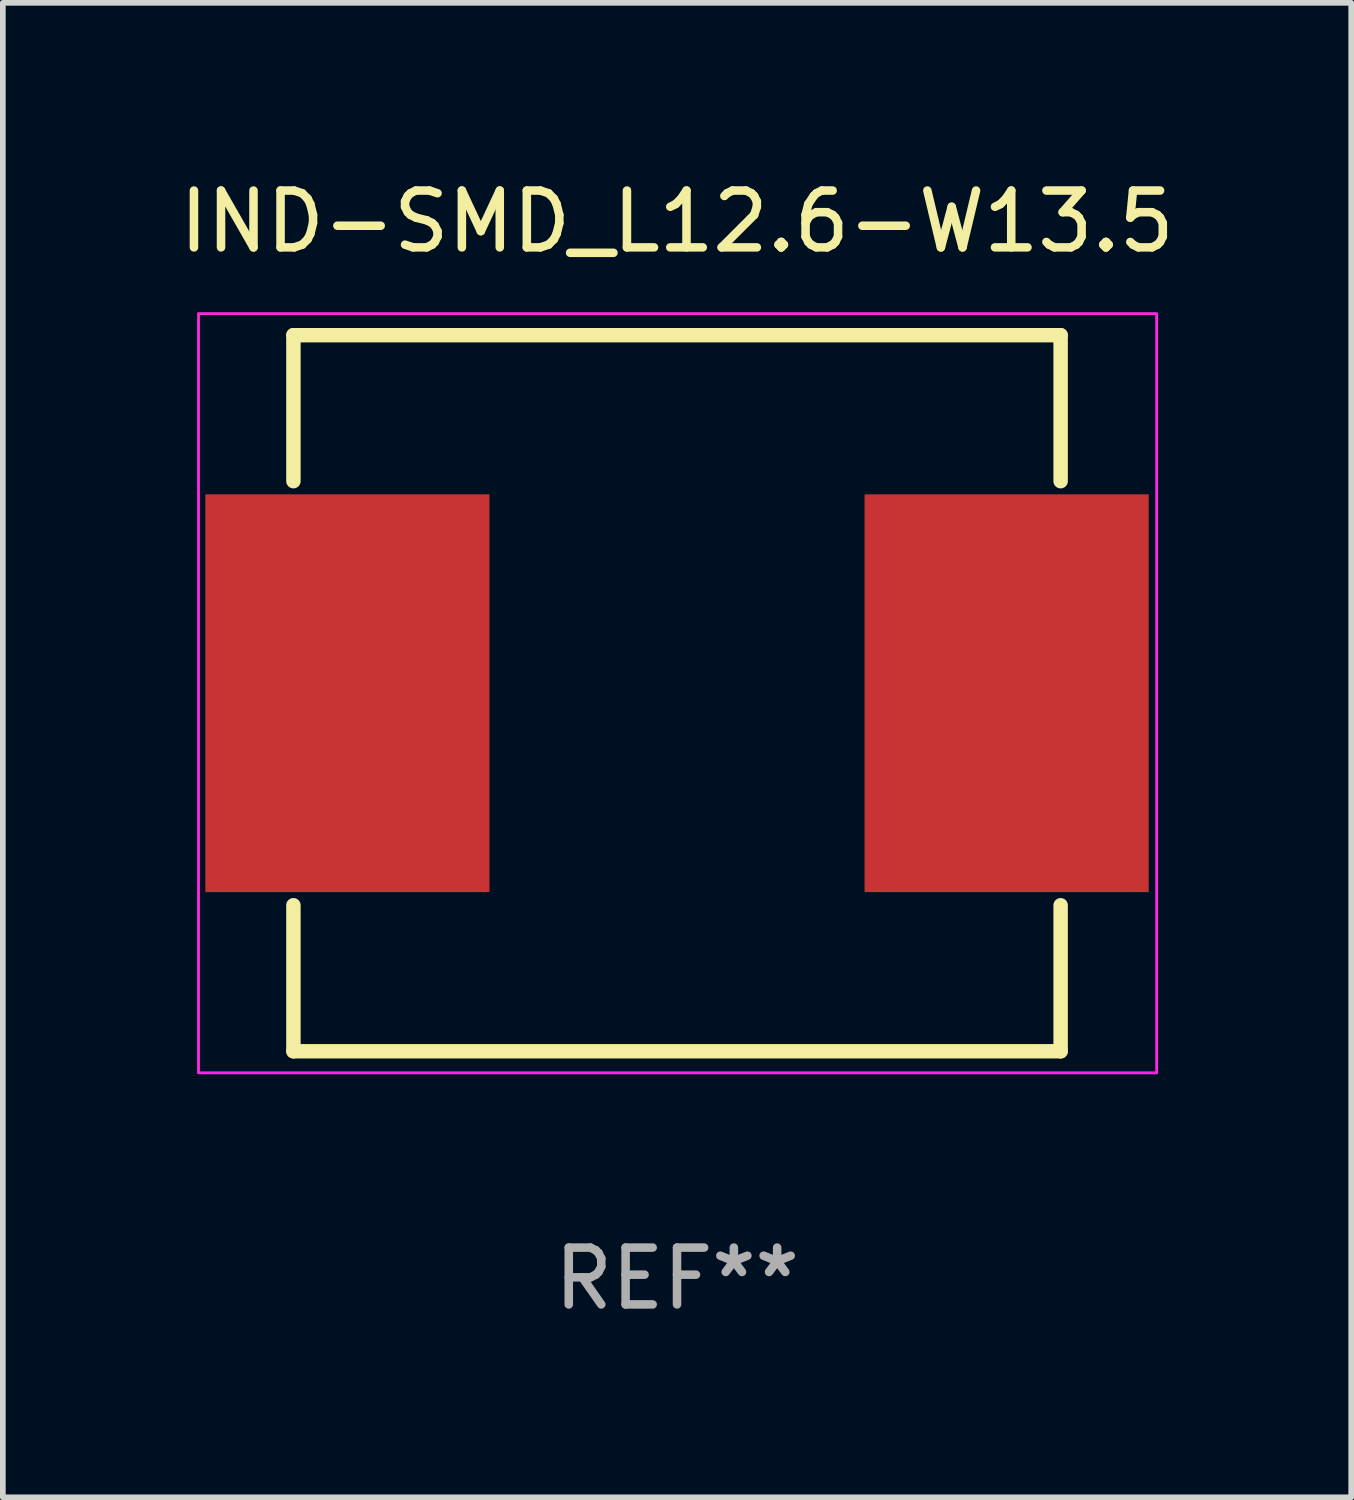
<source format=kicad_pcb>
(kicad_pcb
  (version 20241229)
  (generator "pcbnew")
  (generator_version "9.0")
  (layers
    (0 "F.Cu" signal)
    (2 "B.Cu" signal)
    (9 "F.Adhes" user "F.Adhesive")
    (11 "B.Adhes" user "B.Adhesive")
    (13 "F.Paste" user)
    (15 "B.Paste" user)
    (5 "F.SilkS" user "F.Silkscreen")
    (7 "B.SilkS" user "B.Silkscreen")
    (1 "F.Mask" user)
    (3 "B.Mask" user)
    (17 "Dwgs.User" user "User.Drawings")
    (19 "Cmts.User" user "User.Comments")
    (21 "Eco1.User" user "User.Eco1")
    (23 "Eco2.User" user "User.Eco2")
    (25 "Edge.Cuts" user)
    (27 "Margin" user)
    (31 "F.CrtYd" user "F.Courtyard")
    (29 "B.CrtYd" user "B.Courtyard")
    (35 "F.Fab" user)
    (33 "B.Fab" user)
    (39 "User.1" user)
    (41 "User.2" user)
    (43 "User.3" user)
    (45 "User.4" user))
  (footprint "IND-SMD_L12.6-W13.5"
    (layer "F.Cu")
    (at 8.863 9.148)
    (property "Reference" "IND-SMD_L12.6-W13.5" (at 0 -8.3 0) (layer "F.SilkS") (effects (font (size 1 1) (thickness 0.15))))
    (attr smd)
    (fp_line (start -6.75 -6.3) (end -6.75 -3.731) (stroke (width 0.254) (type solid)) (layer "F.SilkS"))
    (fp_line (start -6.75 -6.3) (end 6.75 -6.3) (stroke (width 0.254) (type solid)) (layer "F.SilkS"))
    (fp_line (start -6.75 3.731) (end -6.75 6.3) (stroke (width 0.254) (type solid)) (layer "F.SilkS"))
    (fp_line (start -6.75 6.3) (end 6.75 6.3) (stroke (width 0.254) (type solid)) (layer "F.SilkS"))
    (fp_line (start 6.75 -6.3) (end 6.75 -3.731) (stroke (width 0.254) (type solid)) (layer "F.SilkS"))
    (fp_line (start 6.75 3.731) (end 6.75 6.3) (stroke (width 0.254) (type solid)) (layer "F.SilkS"))
    (fp_circle (center -6.725 6.3) (end -6.695 6.3) (stroke (width 0.06) (type solid)) (fill no) (layer "F.SilkS"))
    (fp_rect (start -8.42 -6.68) (end 8.44 6.68) (stroke (width 0.05) (type default)) (fill no) (layer "F.CrtYd"))
    (fp_text user "REF**" (at 0 10.3 0) (layer "F.Fab") (effects (font (size 1 1) (thickness 0.15))))
    (pad "1" smd rect (at -5.8 0 90) (size 7 5) (layers "F.Cu" "F.Mask" "F.Paste"))
    (pad "2" smd rect (at 5.8 0 90) (size 7 5) (layers "F.Cu" "F.Mask" "F.Paste")))
  (gr_rect
    (start -3 -3)
    (end 20.726 23.297)
    (stroke (width 0.1) (type default))
    (fill no)
    (layer "Edge.Cuts")))
</source>
